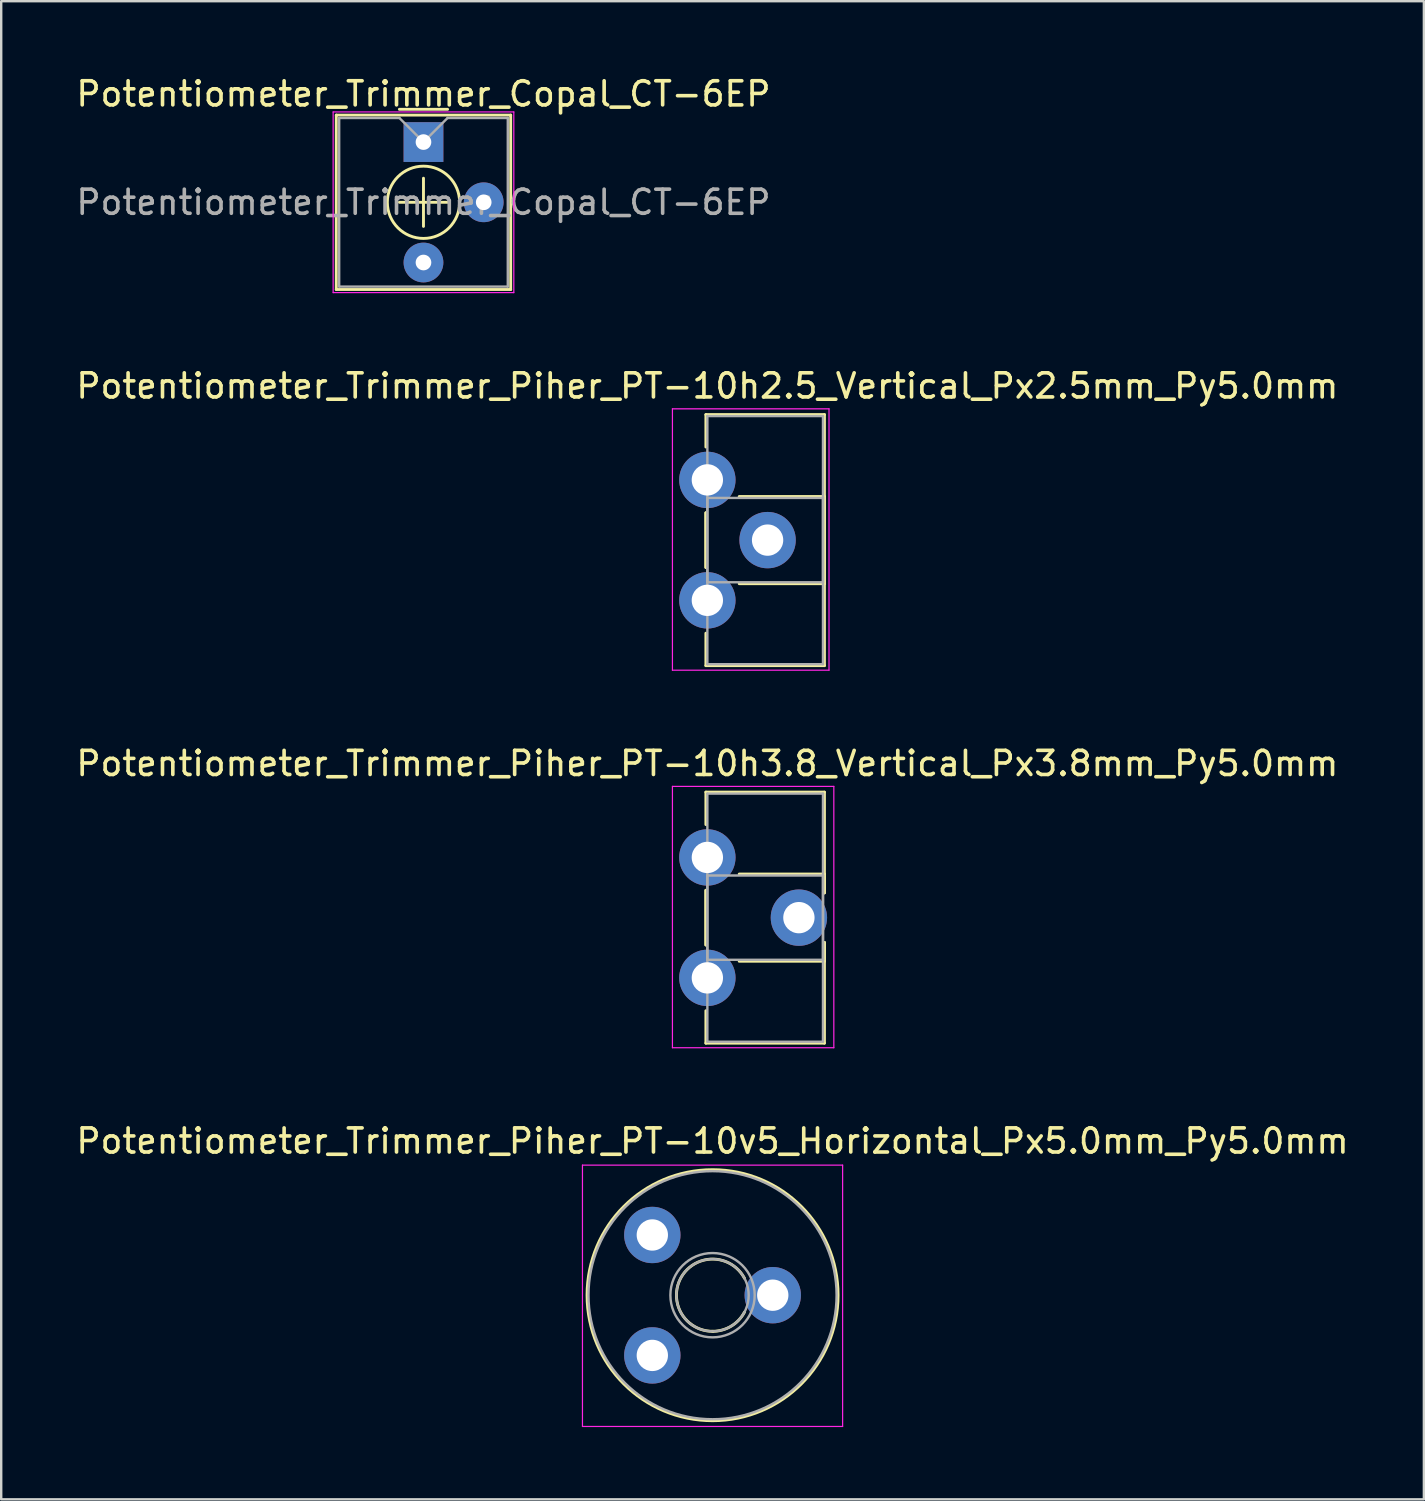
<source format=kicad_pcb>
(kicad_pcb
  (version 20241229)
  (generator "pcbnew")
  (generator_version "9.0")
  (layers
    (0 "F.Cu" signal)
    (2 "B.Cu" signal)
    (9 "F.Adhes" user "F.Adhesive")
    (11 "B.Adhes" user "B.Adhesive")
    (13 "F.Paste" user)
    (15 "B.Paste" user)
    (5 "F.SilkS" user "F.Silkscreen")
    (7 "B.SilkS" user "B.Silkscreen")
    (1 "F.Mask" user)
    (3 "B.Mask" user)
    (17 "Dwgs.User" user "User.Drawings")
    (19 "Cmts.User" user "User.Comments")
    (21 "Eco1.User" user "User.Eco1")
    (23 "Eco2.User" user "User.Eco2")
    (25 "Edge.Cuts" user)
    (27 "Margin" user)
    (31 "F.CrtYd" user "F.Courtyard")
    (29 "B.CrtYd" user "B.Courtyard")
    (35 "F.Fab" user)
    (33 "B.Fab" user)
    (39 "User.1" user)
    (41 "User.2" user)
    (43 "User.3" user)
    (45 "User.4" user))
  (footprint "Potentiometer_Trimmer_Copal_CT-6EP"
    (layer "F.Cu")
    (at 14.53 2.848)
    (property "Reference" "Potentiometer_Trimmer_Copal_CT-6EP" (at 0 -2 0) (layer "F.SilkS") (effects (font (size 1 1) (thickness 0.15))))
    (attr through_hole)
    (fp_line (start -3.62 -1.12) (end -3.62 6.12) (stroke (width 0.12) (type solid)) (layer "F.SilkS"))
    (fp_line (start -3.62 6.12) (end 3.62 6.12) (stroke (width 0.12) (type solid)) (layer "F.SilkS"))
    (fp_line (start -1 -1.36) (end 1 -1.36) (stroke (width 0.12) (type solid)) (layer "F.SilkS"))
    (fp_line (start -1 2.5) (end 1 2.5) (stroke (width 0.12) (type solid)) (layer "F.SilkS"))
    (fp_line (start 0 1.5) (end 0 3.5) (stroke (width 0.12) (type solid)) (layer "F.SilkS"))
    (fp_line (start 3.62 -1.12) (end -3.62 -1.12) (stroke (width 0.12) (type solid)) (layer "F.SilkS"))
    (fp_line (start 3.62 6.12) (end 3.62 -1.12) (stroke (width 0.12) (type solid)) (layer "F.SilkS"))
    (fp_circle (center 0 2.5) (end 1.5 2.5) (stroke (width 0.12) (type solid)) (fill no) (layer "F.SilkS"))
    (fp_line (start -3.75 -1.25) (end -3.75 6.25) (stroke (width 0.05) (type solid)) (layer "F.CrtYd"))
    (fp_line (start -3.75 6.25) (end 3.75 6.25) (stroke (width 0.05) (type solid)) (layer "F.CrtYd"))
    (fp_line (start 3.75 -1.25) (end -3.75 -1.25) (stroke (width 0.05) (type solid)) (layer "F.CrtYd"))
    (fp_line (start 3.75 6.25) (end 3.75 -1.25) (stroke (width 0.05) (type solid)) (layer "F.CrtYd"))
    (fp_line (start -3.5 -1) (end -1 -1) (stroke (width 0.1) (type solid)) (layer "F.Fab"))
    (fp_line (start -3.5 6) (end -3.5 -1) (stroke (width 0.1) (type solid)) (layer "F.Fab"))
    (fp_line (start -1 -1) (end 0 0) (stroke (width 0.1) (type solid)) (layer "F.Fab"))
    (fp_line (start 0 0) (end 1 -1) (stroke (width 0.1) (type solid)) (layer "F.Fab"))
    (fp_line (start 1 -1) (end 3.5 -1) (stroke (width 0.1) (type solid)) (layer "F.Fab"))
    (fp_line (start 3.5 -1) (end 3.5 6) (stroke (width 0.1) (type solid)) (layer "F.Fab"))
    (fp_line (start 3.5 6) (end -3.5 6) (stroke (width 0.1) (type solid)) (layer "F.Fab"))
    (fp_text user "${REFERENCE}" (at 0 2.5 0) (layer "F.Fab") (effects (font (size 1 1) (thickness 0.15))))
    (pad "1" thru_hole rect (at 0 0) (size 1.65 1.65) (drill 0.65) (layers "*.Cu" "*.Mask"))
    (pad "2" thru_hole circle (at 2.5 2.5) (size 1.65 1.65) (drill 0.65) (layers "*.Cu" "*.Mask"))
    (pad "3" thru_hole circle (at 0 5) (size 1.65 1.65) (drill 0.65) (layers "*.Cu" "*.Mask")))
  (footprint "Potentiometer_Trimmer_Piher_PT-10h2.5_Vertical_Px2.5mm_Py5.0mm"
    (layer "F.Cu")
    (at 26.315 16.872)
    (property "Reference" "Potentiometer_Trimmer_Piher_PT-10h2.5_Vertical_Px2.5mm_Py5.0mm" (at 0 -3.9 0) (layer "F.SilkS") (effects (font (size 1 1) (thickness 0.15))))
    (attr through_hole)
    (fp_line (start -0.061 -2.711) (end -0.061 -1.365) (stroke (width 0.12) (type solid)) (layer "F.SilkS"))
    (fp_line (start -0.061 -2.711) (end 4.86 -2.711) (stroke (width 0.12) (type solid)) (layer "F.SilkS"))
    (fp_line (start -0.061 1.365) (end -0.061 3.635) (stroke (width 0.12) (type solid)) (layer "F.SilkS"))
    (fp_line (start -0.061 1.365) (end -0.061 3.635) (stroke (width 0.12) (type solid)) (layer "F.SilkS"))
    (fp_line (start -0.061 6.365) (end -0.061 7.71) (stroke (width 0.12) (type solid)) (layer "F.SilkS"))
    (fp_line (start -0.061 7.71) (end 4.86 7.71) (stroke (width 0.12) (type solid)) (layer "F.SilkS"))
    (fp_line (start 1.323 0.69) (end 4.86 0.69) (stroke (width 0.12) (type solid)) (layer "F.SilkS"))
    (fp_line (start 1.323 4.31) (end 4.86 4.31) (stroke (width 0.12) (type solid)) (layer "F.SilkS"))
    (fp_line (start 4.86 -2.711) (end 4.86 7.71) (stroke (width 0.12) (type solid)) (layer "F.SilkS"))
    (fp_line (start 4.86 0.69) (end 4.86 4.31) (stroke (width 0.12) (type solid)) (layer "F.SilkS"))
    (fp_line (start -1.45 -2.95) (end -1.45 7.9) (stroke (width 0.05) (type solid)) (layer "F.CrtYd"))
    (fp_line (start -1.45 7.9) (end 5.05 7.9) (stroke (width 0.05) (type solid)) (layer "F.CrtYd"))
    (fp_line (start 5.05 -2.95) (end -1.45 -2.95) (stroke (width 0.05) (type solid)) (layer "F.CrtYd"))
    (fp_line (start 5.05 7.9) (end 5.05 -2.95) (stroke (width 0.05) (type solid)) (layer "F.CrtYd"))
    (fp_line (start 0 -2.65) (end 4.8 -2.65) (stroke (width 0.1) (type solid)) (layer "F.Fab"))
    (fp_line (start 0 0.75) (end 0 4.25) (stroke (width 0.1) (type solid)) (layer "F.Fab"))
    (fp_line (start 0 4.25) (end 4.8 4.25) (stroke (width 0.1) (type solid)) (layer "F.Fab"))
    (fp_line (start 0 7.65) (end 0 -2.65) (stroke (width 0.1) (type solid)) (layer "F.Fab"))
    (fp_line (start 4.8 -2.65) (end 4.8 7.65) (stroke (width 0.1) (type solid)) (layer "F.Fab"))
    (fp_line (start 4.8 0.75) (end 0 0.75) (stroke (width 0.1) (type solid)) (layer "F.Fab"))
    (fp_line (start 4.8 4.25) (end 4.8 0.75) (stroke (width 0.1) (type solid)) (layer "F.Fab"))
    (fp_line (start 4.8 7.65) (end 0 7.65) (stroke (width 0.1) (type solid)) (layer "F.Fab"))
    (pad "1" thru_hole circle (at 0 0) (size 2.34 2.34) (drill 1.3) (layers "*.Cu" "*.Mask"))
    (pad "2" thru_hole circle (at 2.5 2.5) (size 2.34 2.34) (drill 1.3) (layers "*.Cu" "*.Mask"))
    (pad "3" thru_hole circle (at 0 5) (size 2.34 2.34) (drill 1.3) (layers "*.Cu" "*.Mask")))
  (footprint "Potentiometer_Trimmer_Piher_PT-10v5_Horizontal_Px5.0mm_Py5.0mm"
    (layer "F.Cu")
    (at 24.03 53.218)
    (property "Reference" "Potentiometer_Trimmer_Piher_PT-10v5_Horizontal_Px5.0mm_Py5.0mm" (at 2.5 -8.9 0) (layer "F.SilkS") (effects (font (size 1 1) (thickness 0.15))))
    (attr through_hole)
    (fp_arc (start 2.527185 -1.000698) (mid 1.208953 -3.261057) (end 3.825 -3.204) (stroke (width 0.12) (type solid)) (layer "F.SilkS"))
    (fp_arc (start 3.825421 -1.795793) (mid 3.273557 -1.21425) (end 2.501 -1) (stroke (width 0.12) (type solid)) (layer "F.SilkS"))
    (fp_circle (center 2.501 -2.5) (end 7.711 -2.5) (stroke (width 0.12) (type solid)) (fill no) (layer "F.SilkS"))
    (fp_line (start -2.9 -7.9) (end -2.9 2.95) (stroke (width 0.05) (type solid)) (layer "F.CrtYd"))
    (fp_line (start -2.9 2.95) (end 7.9 2.95) (stroke (width 0.05) (type solid)) (layer "F.CrtYd"))
    (fp_line (start 7.9 -7.9) (end -2.9 -7.9) (stroke (width 0.05) (type solid)) (layer "F.CrtYd"))
    (fp_line (start 7.9 2.95) (end 7.9 -7.9) (stroke (width 0.05) (type solid)) (layer "F.CrtYd"))
    (fp_circle (center 2.5 -2.5) (end 4 -2.5) (stroke (width 0.1) (type solid)) (fill no) (layer "F.Fab"))
    (fp_circle (center 2.5 -2.5) (end 4.25 -2.5) (stroke (width 0.1) (type solid)) (fill no) (layer "F.Fab"))
    (fp_circle (center 2.5 -2.5) (end 7.65 -2.5) (stroke (width 0.1) (type solid)) (fill no) (layer "F.Fab"))
    (pad "1" thru_hole circle (at 0 0) (size 2.34 2.34) (drill 1.3) (layers "*.Cu" "*.Mask"))
    (pad "2" thru_hole circle (at 5 -2.5) (size 2.34 2.34) (drill 1.3) (layers "*.Cu" "*.Mask"))
    (pad "3" thru_hole circle (at 0 -5) (size 2.34 2.34) (drill 1.3) (layers "*.Cu" "*.Mask")))
  (footprint "Potentiometer_Trimmer_Piher_PT-10h3.8_Vertical_Px3.8mm_Py5.0mm"
    (layer "F.Cu")
    (at 26.315 32.545)
    (property "Reference" "Potentiometer_Trimmer_Piher_PT-10h3.8_Vertical_Px3.8mm_Py5.0mm" (at 0 -3.9 0) (layer "F.SilkS") (effects (font (size 1 1) (thickness 0.15))))
    (attr through_hole)
    (fp_line (start -0.061 -2.711) (end -0.061 -1.365) (stroke (width 0.12) (type solid)) (layer "F.SilkS"))
    (fp_line (start -0.061 -2.711) (end 4.86 -2.711) (stroke (width 0.12) (type solid)) (layer "F.SilkS"))
    (fp_line (start -0.061 1.365) (end -0.061 3.635) (stroke (width 0.12) (type solid)) (layer "F.SilkS"))
    (fp_line (start -0.061 1.365) (end -0.061 3.635) (stroke (width 0.12) (type solid)) (layer "F.SilkS"))
    (fp_line (start -0.061 6.365) (end -0.061 7.71) (stroke (width 0.12) (type solid)) (layer "F.SilkS"))
    (fp_line (start -0.061 7.71) (end 4.86 7.71) (stroke (width 0.12) (type solid)) (layer "F.SilkS"))
    (fp_line (start 1.323 0.69) (end 4.86 0.69) (stroke (width 0.12) (type solid)) (layer "F.SilkS"))
    (fp_line (start 1.323 4.31) (end 4.86 4.31) (stroke (width 0.12) (type solid)) (layer "F.SilkS"))
    (fp_line (start 4.86 -2.711) (end 4.86 1.473) (stroke (width 0.12) (type solid)) (layer "F.SilkS"))
    (fp_line (start 4.86 0.69) (end 4.86 1.473) (stroke (width 0.12) (type solid)) (layer "F.SilkS"))
    (fp_line (start 4.86 3.528) (end 4.86 4.31) (stroke (width 0.12) (type solid)) (layer "F.SilkS"))
    (fp_line (start 4.86 3.528) (end 4.86 7.71) (stroke (width 0.12) (type solid)) (layer "F.SilkS"))
    (fp_line (start -1.45 -2.95) (end -1.45 7.9) (stroke (width 0.05) (type solid)) (layer "F.CrtYd"))
    (fp_line (start -1.45 7.9) (end 5.25 7.9) (stroke (width 0.05) (type solid)) (layer "F.CrtYd"))
    (fp_line (start 5.25 -2.95) (end -1.45 -2.95) (stroke (width 0.05) (type solid)) (layer "F.CrtYd"))
    (fp_line (start 5.25 7.9) (end 5.25 -2.95) (stroke (width 0.05) (type solid)) (layer "F.CrtYd"))
    (fp_line (start 0 -2.65) (end 4.8 -2.65) (stroke (width 0.1) (type solid)) (layer "F.Fab"))
    (fp_line (start 0 0.75) (end 0 4.25) (stroke (width 0.1) (type solid)) (layer "F.Fab"))
    (fp_line (start 0 4.25) (end 4.8 4.25) (stroke (width 0.1) (type solid)) (layer "F.Fab"))
    (fp_line (start 0 7.65) (end 0 -2.65) (stroke (width 0.1) (type solid)) (layer "F.Fab"))
    (fp_line (start 4.8 -2.65) (end 4.8 7.65) (stroke (width 0.1) (type solid)) (layer "F.Fab"))
    (fp_line (start 4.8 0.75) (end 0 0.75) (stroke (width 0.1) (type solid)) (layer "F.Fab"))
    (fp_line (start 4.8 4.25) (end 4.8 0.75) (stroke (width 0.1) (type solid)) (layer "F.Fab"))
    (fp_line (start 4.8 7.65) (end 0 7.65) (stroke (width 0.1) (type solid)) (layer "F.Fab"))
    (pad "1" thru_hole circle (at 0 0) (size 2.34 2.34) (drill 1.3) (layers "*.Cu" "*.Mask"))
    (pad "2" thru_hole circle (at 3.8 2.5) (size 2.34 2.34) (drill 1.3) (layers "*.Cu" "*.Mask"))
    (pad "3" thru_hole circle (at 0 5) (size 2.34 2.34) (drill 1.3) (layers "*.Cu" "*.Mask")))
  (gr_rect
    (start -3 -3)
    (end 56.06 59.193)
    (stroke (width 0.1) (type default))
    (fill no)
    (layer "Edge.Cuts")))
</source>
